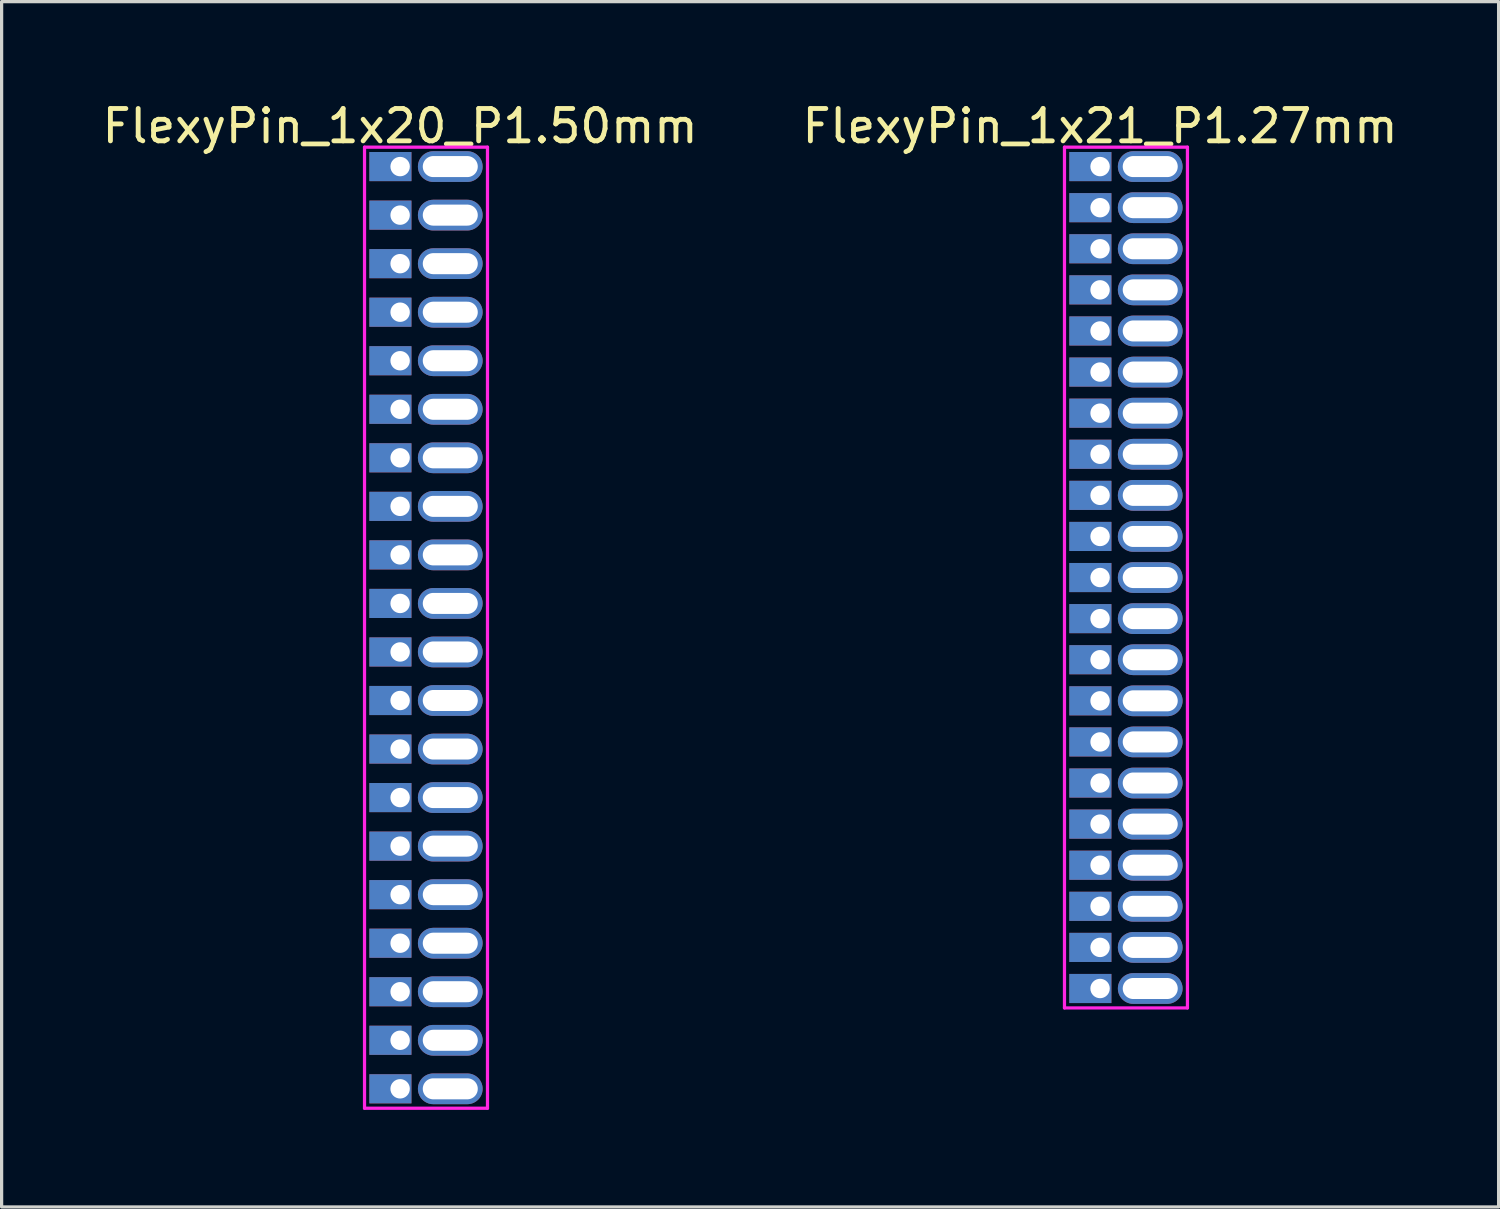
<source format=kicad_pcb>
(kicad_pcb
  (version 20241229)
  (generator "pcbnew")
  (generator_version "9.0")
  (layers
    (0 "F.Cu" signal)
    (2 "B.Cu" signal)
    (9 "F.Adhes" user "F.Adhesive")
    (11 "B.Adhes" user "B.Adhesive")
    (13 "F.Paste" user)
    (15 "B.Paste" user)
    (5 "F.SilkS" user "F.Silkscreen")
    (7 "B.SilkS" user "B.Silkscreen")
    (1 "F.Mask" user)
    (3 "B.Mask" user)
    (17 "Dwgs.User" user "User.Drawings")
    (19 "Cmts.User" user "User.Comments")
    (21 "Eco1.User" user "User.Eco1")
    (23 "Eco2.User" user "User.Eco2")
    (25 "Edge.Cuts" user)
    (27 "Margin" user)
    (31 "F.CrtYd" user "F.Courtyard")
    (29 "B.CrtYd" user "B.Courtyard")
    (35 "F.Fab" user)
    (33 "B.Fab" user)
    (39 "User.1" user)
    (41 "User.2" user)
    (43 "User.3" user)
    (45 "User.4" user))
  (footprint "FlexyPin_1x21_P1.27mm"
    (layer "F.Cu")
    (at 30.946 2.098)
    (property "Reference" "FlexyPin_1x21_P1.27mm" (at 0 -1.25 0) (layer "F.SilkS") (effects (font (size 1 1) (thickness 0.15))))
    (attr through_hole)
    (fp_line (start -1.1 -0.6) (end 2.7 -0.6) (stroke (width 0.1) (type solid)) (layer "F.CrtYd"))
    (fp_line (start -1.1 26) (end -1.1 -0.6) (stroke (width 0.1) (type solid)) (layer "F.CrtYd"))
    (fp_line (start 2.7 -0.6) (end 2.7 26) (stroke (width 0.1) (type solid)) (layer "F.CrtYd"))
    (fp_line (start 2.7 26) (end -1.1 26) (stroke (width 0.1) (type solid)) (layer "F.CrtYd"))
    (pad "" thru_hole oval (at 1.55 0) (size 2 0.95) (drill oval 1.7 0.65) (layers "*.Cu" "*.Mask"))
    (pad "" thru_hole oval (at 1.55 1.27) (size 2 0.95) (drill oval 1.7 0.65) (layers "*.Cu" "*.Mask"))
    (pad "" thru_hole oval (at 1.55 2.54) (size 2 0.95) (drill oval 1.7 0.65) (layers "*.Cu" "*.Mask"))
    (pad "" thru_hole oval (at 1.55 3.81) (size 2 0.95) (drill oval 1.7 0.65) (layers "*.Cu" "*.Mask"))
    (pad "" thru_hole oval (at 1.55 5.08) (size 2 0.95) (drill oval 1.7 0.65) (layers "*.Cu" "*.Mask"))
    (pad "" thru_hole oval (at 1.55 6.35) (size 2 0.95) (drill oval 1.7 0.65) (layers "*.Cu" "*.Mask"))
    (pad "" thru_hole oval (at 1.55 7.62) (size 2 0.95) (drill oval 1.7 0.65) (layers "*.Cu" "*.Mask"))
    (pad "" thru_hole oval (at 1.55 8.89) (size 2 0.95) (drill oval 1.7 0.65) (layers "*.Cu" "*.Mask"))
    (pad "" thru_hole oval (at 1.55 10.16) (size 2 0.95) (drill oval 1.7 0.65) (layers "*.Cu" "*.Mask"))
    (pad "" thru_hole oval (at 1.55 11.43) (size 2 0.95) (drill oval 1.7 0.65) (layers "*.Cu" "*.Mask"))
    (pad "" thru_hole oval (at 1.55 12.7) (size 2 0.95) (drill oval 1.7 0.65) (layers "*.Cu" "*.Mask"))
    (pad "" thru_hole oval (at 1.55 13.97) (size 2 0.95) (drill oval 1.7 0.65) (layers "*.Cu" "*.Mask"))
    (pad "" thru_hole oval (at 1.55 15.24) (size 2 0.95) (drill oval 1.7 0.65) (layers "*.Cu" "*.Mask"))
    (pad "" thru_hole oval (at 1.55 16.51) (size 2 0.95) (drill oval 1.7 0.65) (layers "*.Cu" "*.Mask"))
    (pad "" thru_hole oval (at 1.55 17.78) (size 2 0.95) (drill oval 1.7 0.65) (layers "*.Cu" "*.Mask"))
    (pad "" thru_hole oval (at 1.55 19.05) (size 2 0.95) (drill oval 1.7 0.65) (layers "*.Cu" "*.Mask"))
    (pad "" thru_hole oval (at 1.55 20.32) (size 2 0.95) (drill oval 1.7 0.65) (layers "*.Cu" "*.Mask"))
    (pad "" thru_hole oval (at 1.55 21.59) (size 2 0.95) (drill oval 1.7 0.65) (layers "*.Cu" "*.Mask"))
    (pad "" thru_hole oval (at 1.55 22.86) (size 2 0.95) (drill oval 1.7 0.65) (layers "*.Cu" "*.Mask"))
    (pad "" thru_hole oval (at 1.55 24.13) (size 2 0.95) (drill oval 1.7 0.65) (layers "*.Cu" "*.Mask"))
    (pad "" thru_hole oval (at 1.55 25.4) (size 2 0.95) (drill oval 1.7 0.65) (layers "*.Cu" "*.Mask"))
    (pad "1" thru_hole rect (at 0 0) (size 1.3 0.9) (drill 0.6 (offset -0.3 0)) (layers "*.Cu" "*.Mask"))
    (pad "2" thru_hole rect (at 0 1.27) (size 1.3 0.9) (drill 0.6 (offset -0.3 0)) (layers "*.Cu" "*.Mask"))
    (pad "3" thru_hole rect (at 0 2.54) (size 1.3 0.9) (drill 0.6 (offset -0.3 0)) (layers "*.Cu" "*.Mask"))
    (pad "4" thru_hole rect (at 0 3.81) (size 1.3 0.9) (drill 0.6 (offset -0.3 0)) (layers "*.Cu" "*.Mask"))
    (pad "5" thru_hole rect (at 0 5.08) (size 1.3 0.9) (drill 0.6 (offset -0.3 0)) (layers "*.Cu" "*.Mask"))
    (pad "6" thru_hole rect (at 0 6.35) (size 1.3 0.9) (drill 0.6 (offset -0.3 0)) (layers "*.Cu" "*.Mask"))
    (pad "7" thru_hole rect (at 0 7.62) (size 1.3 0.9) (drill 0.6 (offset -0.3 0)) (layers "*.Cu" "*.Mask"))
    (pad "8" thru_hole rect (at 0 8.89) (size 1.3 0.9) (drill 0.6 (offset -0.3 0)) (layers "*.Cu" "*.Mask"))
    (pad "9" thru_hole rect (at 0 10.16) (size 1.3 0.9) (drill 0.6 (offset -0.3 0)) (layers "*.Cu" "*.Mask"))
    (pad "10" thru_hole rect (at 0 11.43) (size 1.3 0.9) (drill 0.6 (offset -0.3 0)) (layers "*.Cu" "*.Mask"))
    (pad "11" thru_hole rect (at 0 12.7) (size 1.3 0.9) (drill 0.6 (offset -0.3 0)) (layers "*.Cu" "*.Mask"))
    (pad "12" thru_hole rect (at 0 13.97) (size 1.3 0.9) (drill 0.6 (offset -0.3 0)) (layers "*.Cu" "*.Mask"))
    (pad "13" thru_hole rect (at 0 15.24) (size 1.3 0.9) (drill 0.6 (offset -0.3 0)) (layers "*.Cu" "*.Mask"))
    (pad "14" thru_hole rect (at 0 16.51) (size 1.3 0.9) (drill 0.6 (offset -0.3 0)) (layers "*.Cu" "*.Mask"))
    (pad "15" thru_hole rect (at 0 17.78) (size 1.3 0.9) (drill 0.6 (offset -0.3 0)) (layers "*.Cu" "*.Mask"))
    (pad "16" thru_hole rect (at 0 19.05) (size 1.3 0.9) (drill 0.6 (offset -0.3 0)) (layers "*.Cu" "*.Mask"))
    (pad "17" thru_hole rect (at 0 20.32) (size 1.3 0.9) (drill 0.6 (offset -0.3 0)) (layers "*.Cu" "*.Mask"))
    (pad "18" thru_hole rect (at 0 21.59) (size 1.3 0.9) (drill 0.6 (offset -0.3 0)) (layers "*.Cu" "*.Mask"))
    (pad "19" thru_hole rect (at 0 22.86) (size 1.3 0.9) (drill 0.6 (offset -0.3 0)) (layers "*.Cu" "*.Mask"))
    (pad "20" thru_hole rect (at 0 24.13) (size 1.3 0.9) (drill 0.6 (offset -0.3 0)) (layers "*.Cu" "*.Mask"))
    (pad "21" thru_hole rect (at 0 25.4) (size 1.3 0.9) (drill 0.6 (offset -0.3 0)) (layers "*.Cu" "*.Mask")))
  (footprint "FlexyPin_1x20_P1.50mm"
    (layer "F.Cu")
    (at 9.315 2.098)
    (property "Reference" "FlexyPin_1x20_P1.50mm" (at 0 -1.25 0) (layer "F.SilkS") (effects (font (size 1 1) (thickness 0.15))))
    (attr through_hole)
    (fp_line (start -1.1 -0.6) (end 2.7 -0.6) (stroke (width 0.1) (type solid)) (layer "F.CrtYd"))
    (fp_line (start -1.1 29.1) (end -1.1 -0.6) (stroke (width 0.1) (type solid)) (layer "F.CrtYd"))
    (fp_line (start 2.7 -0.6) (end 2.7 29.1) (stroke (width 0.1) (type solid)) (layer "F.CrtYd"))
    (fp_line (start 2.7 29.1) (end -1.1 29.1) (stroke (width 0.1) (type solid)) (layer "F.CrtYd"))
    (pad "" thru_hole oval (at 1.55 0) (size 2 0.95) (drill oval 1.7 0.65) (layers "*.Cu" "*.Mask"))
    (pad "" thru_hole oval (at 1.55 1.5) (size 2 0.95) (drill oval 1.7 0.65) (layers "*.Cu" "*.Mask"))
    (pad "" thru_hole oval (at 1.55 3) (size 2 0.95) (drill oval 1.7 0.65) (layers "*.Cu" "*.Mask"))
    (pad "" thru_hole oval (at 1.55 4.5) (size 2 0.95) (drill oval 1.7 0.65) (layers "*.Cu" "*.Mask"))
    (pad "" thru_hole oval (at 1.55 6) (size 2 0.95) (drill oval 1.7 0.65) (layers "*.Cu" "*.Mask"))
    (pad "" thru_hole oval (at 1.55 7.5) (size 2 0.95) (drill oval 1.7 0.65) (layers "*.Cu" "*.Mask"))
    (pad "" thru_hole oval (at 1.55 9) (size 2 0.95) (drill oval 1.7 0.65) (layers "*.Cu" "*.Mask"))
    (pad "" thru_hole oval (at 1.55 10.5) (size 2 0.95) (drill oval 1.7 0.65) (layers "*.Cu" "*.Mask"))
    (pad "" thru_hole oval (at 1.55 12) (size 2 0.95) (drill oval 1.7 0.65) (layers "*.Cu" "*.Mask"))
    (pad "" thru_hole oval (at 1.55 13.5) (size 2 0.95) (drill oval 1.7 0.65) (layers "*.Cu" "*.Mask"))
    (pad "" thru_hole oval (at 1.55 15) (size 2 0.95) (drill oval 1.7 0.65) (layers "*.Cu" "*.Mask"))
    (pad "" thru_hole oval (at 1.55 16.5) (size 2 0.95) (drill oval 1.7 0.65) (layers "*.Cu" "*.Mask"))
    (pad "" thru_hole oval (at 1.55 18) (size 2 0.95) (drill oval 1.7 0.65) (layers "*.Cu" "*.Mask"))
    (pad "" thru_hole oval (at 1.55 19.5) (size 2 0.95) (drill oval 1.7 0.65) (layers "*.Cu" "*.Mask"))
    (pad "" thru_hole oval (at 1.55 21) (size 2 0.95) (drill oval 1.7 0.65) (layers "*.Cu" "*.Mask"))
    (pad "" thru_hole oval (at 1.55 22.5) (size 2 0.95) (drill oval 1.7 0.65) (layers "*.Cu" "*.Mask"))
    (pad "" thru_hole oval (at 1.55 24) (size 2 0.95) (drill oval 1.7 0.65) (layers "*.Cu" "*.Mask"))
    (pad "" thru_hole oval (at 1.55 25.5) (size 2 0.95) (drill oval 1.7 0.65) (layers "*.Cu" "*.Mask"))
    (pad "" thru_hole oval (at 1.55 27) (size 2 0.95) (drill oval 1.7 0.65) (layers "*.Cu" "*.Mask"))
    (pad "" thru_hole oval (at 1.55 28.5) (size 2 0.95) (drill oval 1.7 0.65) (layers "*.Cu" "*.Mask"))
    (pad "1" thru_hole rect (at 0 0) (size 1.3 0.9) (drill 0.6 (offset -0.3 0)) (layers "*.Cu" "*.Mask"))
    (pad "2" thru_hole rect (at 0 1.5) (size 1.3 0.9) (drill 0.6 (offset -0.3 0)) (layers "*.Cu" "*.Mask"))
    (pad "3" thru_hole rect (at 0 3) (size 1.3 0.9) (drill 0.6 (offset -0.3 0)) (layers "*.Cu" "*.Mask"))
    (pad "4" thru_hole rect (at 0 4.5) (size 1.3 0.9) (drill 0.6 (offset -0.3 0)) (layers "*.Cu" "*.Mask"))
    (pad "5" thru_hole rect (at 0 6) (size 1.3 0.9) (drill 0.6 (offset -0.3 0)) (layers "*.Cu" "*.Mask"))
    (pad "6" thru_hole rect (at 0 7.5) (size 1.3 0.9) (drill 0.6 (offset -0.3 0)) (layers "*.Cu" "*.Mask"))
    (pad "7" thru_hole rect (at 0 9) (size 1.3 0.9) (drill 0.6 (offset -0.3 0)) (layers "*.Cu" "*.Mask"))
    (pad "8" thru_hole rect (at 0 10.5) (size 1.3 0.9) (drill 0.6 (offset -0.3 0)) (layers "*.Cu" "*.Mask"))
    (pad "9" thru_hole rect (at 0 12) (size 1.3 0.9) (drill 0.6 (offset -0.3 0)) (layers "*.Cu" "*.Mask"))
    (pad "10" thru_hole rect (at 0 13.5) (size 1.3 0.9) (drill 0.6 (offset -0.3 0)) (layers "*.Cu" "*.Mask"))
    (pad "11" thru_hole rect (at 0 15) (size 1.3 0.9) (drill 0.6 (offset -0.3 0)) (layers "*.Cu" "*.Mask"))
    (pad "12" thru_hole rect (at 0 16.5) (size 1.3 0.9) (drill 0.6 (offset -0.3 0)) (layers "*.Cu" "*.Mask"))
    (pad "13" thru_hole rect (at 0 18) (size 1.3 0.9) (drill 0.6 (offset -0.3 0)) (layers "*.Cu" "*.Mask"))
    (pad "14" thru_hole rect (at 0 19.5) (size 1.3 0.9) (drill 0.6 (offset -0.3 0)) (layers "*.Cu" "*.Mask"))
    (pad "15" thru_hole rect (at 0 21) (size 1.3 0.9) (drill 0.6 (offset -0.3 0)) (layers "*.Cu" "*.Mask"))
    (pad "16" thru_hole rect (at 0 22.5) (size 1.3 0.9) (drill 0.6 (offset -0.3 0)) (layers "*.Cu" "*.Mask"))
    (pad "17" thru_hole rect (at 0 24) (size 1.3 0.9) (drill 0.6 (offset -0.3 0)) (layers "*.Cu" "*.Mask"))
    (pad "18" thru_hole rect (at 0 25.5) (size 1.3 0.9) (drill 0.6 (offset -0.3 0)) (layers "*.Cu" "*.Mask"))
    (pad "19" thru_hole rect (at 0 27) (size 1.3 0.9) (drill 0.6 (offset -0.3 0)) (layers "*.Cu" "*.Mask"))
    (pad "20" thru_hole rect (at 0 28.5) (size 1.3 0.9) (drill 0.6 (offset -0.3 0)) (layers "*.Cu" "*.Mask")))
  (gr_rect
    (start -3 -3)
    (end 43.262 34.248)
    (stroke (width 0.1) (type default))
    (fill no)
    (layer "Edge.Cuts")))
</source>
